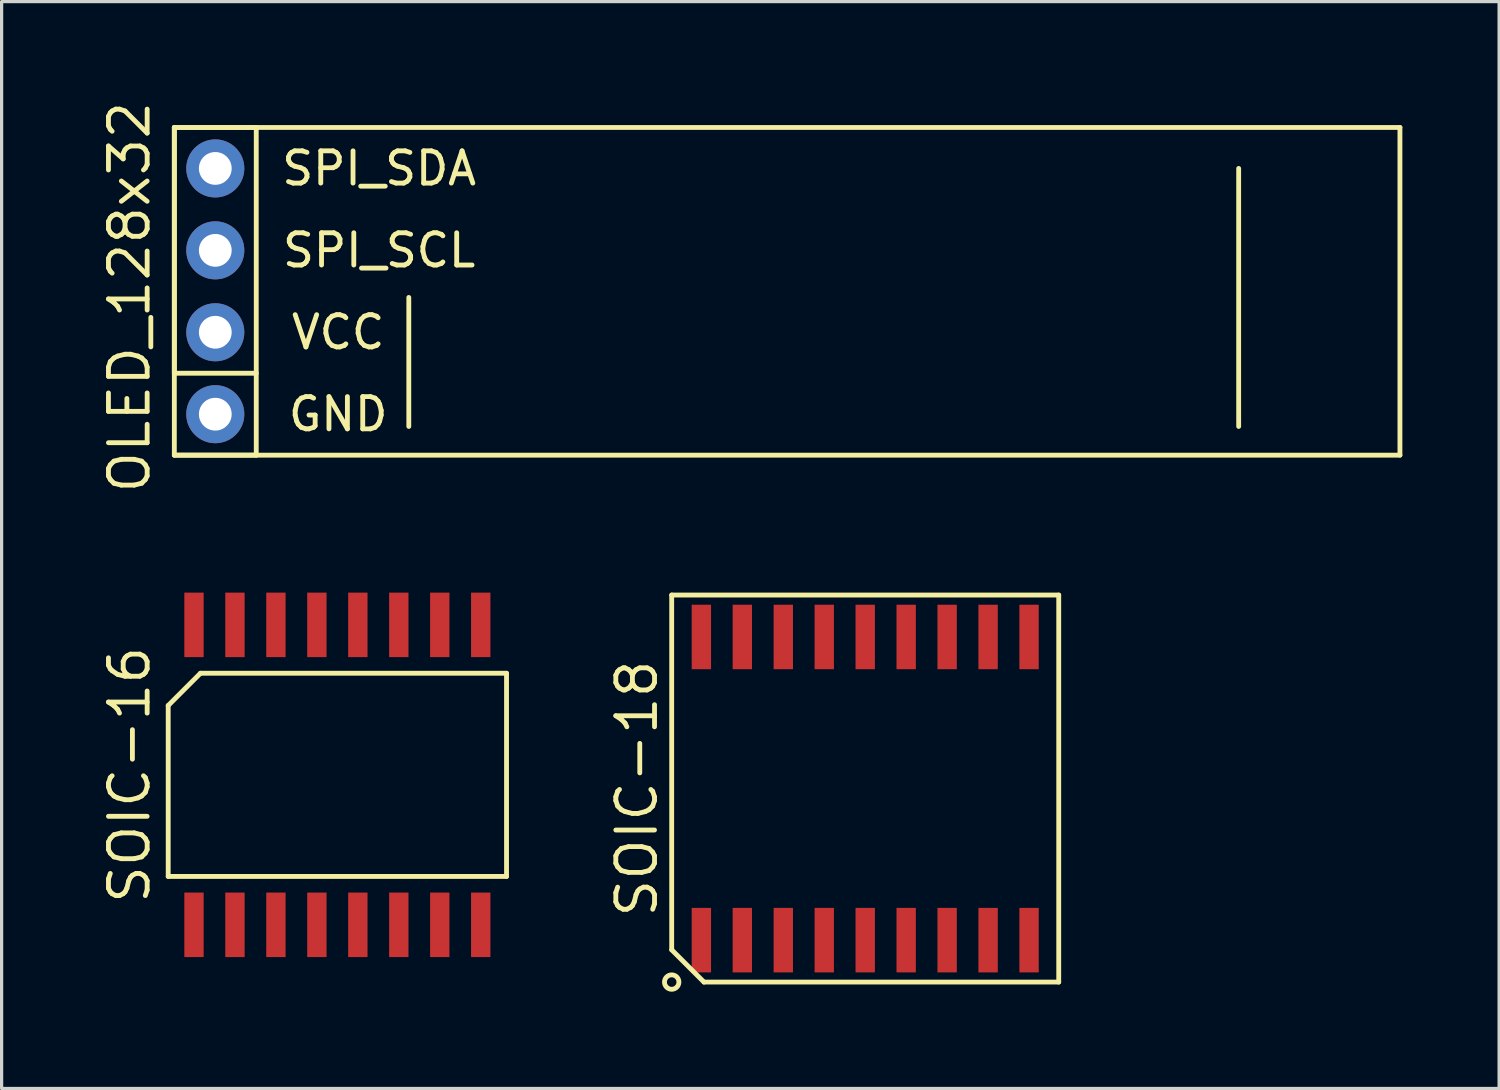
<source format=kicad_pcb>
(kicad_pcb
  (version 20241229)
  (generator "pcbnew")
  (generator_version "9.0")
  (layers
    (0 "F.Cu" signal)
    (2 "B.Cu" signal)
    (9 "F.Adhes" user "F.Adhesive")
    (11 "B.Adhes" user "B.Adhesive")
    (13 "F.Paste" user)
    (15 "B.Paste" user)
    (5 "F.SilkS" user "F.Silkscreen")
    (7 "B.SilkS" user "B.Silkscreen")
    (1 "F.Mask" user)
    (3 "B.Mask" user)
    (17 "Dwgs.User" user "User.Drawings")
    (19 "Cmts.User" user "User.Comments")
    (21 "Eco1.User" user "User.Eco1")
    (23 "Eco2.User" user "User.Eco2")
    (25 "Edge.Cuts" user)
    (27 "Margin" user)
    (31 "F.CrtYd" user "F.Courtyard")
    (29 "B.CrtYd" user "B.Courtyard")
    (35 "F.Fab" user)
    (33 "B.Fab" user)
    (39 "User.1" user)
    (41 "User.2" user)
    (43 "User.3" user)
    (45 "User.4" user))
  (footprint "SOIC-16"
    (layer "F.Cu")
    (at 7.41 20.974)
    (property "Reference" "SOIC-16" (at -6.445 0 90) (layer "F.SilkS") (effects (font (size 1.2 1.2) (thickness 0.15))))
    (attr through_hole)
    (fp_line (start -5.245 -2.15) (end -5.245 3.15) (stroke (width 0.15) (type solid)) (layer "F.SilkS"))
    (fp_line (start -5.245 3.15) (end 5.245 3.15) (stroke (width 0.15) (type solid)) (layer "F.SilkS"))
    (fp_line (start -4.245 -3.15) (end -5.245 -2.15) (stroke (width 0.15) (type solid)) (layer "F.SilkS"))
    (fp_line (start 5.245 -3.15) (end -4.245 -3.15) (stroke (width 0.15) (type solid)) (layer "F.SilkS"))
    (fp_line (start 5.245 3.15) (end 5.245 -3.15) (stroke (width 0.15) (type solid)) (layer "F.SilkS"))
    (pad "1" smd rect (at -4.445 4.65) (size 0.6 2) (layers "F.Cu" "F.Mask" "F.Paste"))
    (pad "2" smd rect (at -3.175 4.65) (size 0.6 2) (layers "F.Cu" "F.Mask" "F.Paste"))
    (pad "3" smd rect (at -1.905 4.65) (size 0.6 2) (layers "F.Cu" "F.Mask" "F.Paste"))
    (pad "4" smd rect (at -0.635 4.65) (size 0.6 2) (layers "F.Cu" "F.Mask" "F.Paste"))
    (pad "5" smd rect (at 0.635 4.65) (size 0.6 2) (layers "F.Cu" "F.Mask" "F.Paste"))
    (pad "6" smd rect (at 1.905 4.65) (size 0.6 2) (layers "F.Cu" "F.Mask" "F.Paste"))
    (pad "7" smd rect (at 3.175 4.65) (size 0.6 2) (layers "F.Cu" "F.Mask" "F.Paste"))
    (pad "8" smd rect (at 4.445 4.65) (size 0.6 2) (layers "F.Cu" "F.Mask" "F.Paste"))
    (pad "9" smd rect (at 4.445 -4.65) (size 0.6 2) (layers "F.Cu" "F.Mask" "F.Paste"))
    (pad "10" smd rect (at 3.175 -4.65) (size 0.6 2) (layers "F.Cu" "F.Mask" "F.Paste"))
    (pad "11" smd rect (at 1.905 -4.65) (size 0.6 2) (layers "F.Cu" "F.Mask" "F.Paste"))
    (pad "12" smd rect (at 0.635 -4.65) (size 0.6 2) (layers "F.Cu" "F.Mask" "F.Paste"))
    (pad "13" smd rect (at -0.635 -4.65) (size 0.6 2) (layers "F.Cu" "F.Mask" "F.Paste"))
    (pad "14" smd rect (at -1.905 -4.65) (size 0.6 2) (layers "F.Cu" "F.Mask" "F.Paste"))
    (pad "15" smd rect (at -3.175 -4.65) (size 0.6 2) (layers "F.Cu" "F.Mask" "F.Paste"))
    (pad "16" smd rect (at -4.445 -4.65) (size 0.6 2) (layers "F.Cu" "F.Mask" "F.Paste")))
  (footprint "SOIC-18"
    (layer "F.Cu")
    (at 23.776 21.399)
    (property "Reference" "SOIC-18" (at -7.08 0 90) (layer "F.SilkS") (effects (font (size 1.2 1.2) (thickness 0.15))))
    (attr through_hole)
    (fp_line (start -6 -6) (end 6 -6) (stroke (width 0.15) (type solid)) (layer "F.SilkS"))
    (fp_line (start -6 5) (end -6 -6) (stroke (width 0.15) (type solid)) (layer "F.SilkS"))
    (fp_line (start -5 6) (end -6 5) (stroke (width 0.15) (type solid)) (layer "F.SilkS"))
    (fp_line (start 6 -6) (end 6 6) (stroke (width 0.15) (type solid)) (layer "F.SilkS"))
    (fp_line (start 6 6) (end -5 6) (stroke (width 0.15) (type solid)) (layer "F.SilkS"))
    (fp_circle (center -6 6) (end -5.8 5.9) (stroke (width 0.15) (type solid)) (fill no) (layer "F.SilkS"))
    (pad "1" smd rect (at -5.08 4.7) (size 0.6 2) (layers "F.Cu" "F.Mask" "F.Paste"))
    (pad "2" smd rect (at -3.81 4.7) (size 0.6 2) (layers "F.Cu" "F.Mask" "F.Paste"))
    (pad "3" smd rect (at -2.54 4.7) (size 0.6 2) (layers "F.Cu" "F.Mask" "F.Paste"))
    (pad "4" smd rect (at -1.27 4.7) (size 0.6 2) (layers "F.Cu" "F.Mask" "F.Paste"))
    (pad "5" smd rect (at 0 4.7) (size 0.6 2) (layers "F.Cu" "F.Mask" "F.Paste"))
    (pad "6" smd rect (at 1.27 4.7) (size 0.6 2) (layers "F.Cu" "F.Mask" "F.Paste"))
    (pad "7" smd rect (at 2.54 4.7) (size 0.6 2) (layers "F.Cu" "F.Mask" "F.Paste"))
    (pad "8" smd rect (at 3.81 4.7) (size 0.6 2) (layers "F.Cu" "F.Mask" "F.Paste"))
    (pad "9" smd rect (at 5.08 4.7) (size 0.6 2) (layers "F.Cu" "F.Mask" "F.Paste"))
    (pad "10" smd rect (at 5.08 -4.7) (size 0.6 2) (layers "F.Cu" "F.Mask" "F.Paste"))
    (pad "11" smd rect (at 3.81 -4.7) (size 0.6 2) (layers "F.Cu" "F.Mask" "F.Paste"))
    (pad "12" smd rect (at 2.54 -4.7) (size 0.6 2) (layers "F.Cu" "F.Mask" "F.Paste"))
    (pad "13" smd rect (at 1.27 -4.7) (size 0.6 2) (layers "F.Cu" "F.Mask" "F.Paste"))
    (pad "14" smd rect (at 0 -4.7) (size 0.6 2) (layers "F.Cu" "F.Mask" "F.Paste"))
    (pad "15" smd rect (at -1.27 -4.7) (size 0.6 2) (layers "F.Cu" "F.Mask" "F.Paste"))
    (pad "16" smd rect (at -2.54 -4.7) (size 0.6 2) (layers "F.Cu" "F.Mask" "F.Paste"))
    (pad "17" smd rect (at -3.81 -4.7) (size 0.6 2) (layers "F.Cu" "F.Mask" "F.Paste"))
    (pad "18" smd rect (at -5.08 -4.7) (size 0.6 2) (layers "F.Cu" "F.Mask" "F.Paste")))
  (footprint "OLED_128x32"
    (layer "F.Cu")
    (at 3.625 2.172)
    (property "Reference" "OLED_128x32" (at -2.66 3.99 270) (layer "F.SilkS") (effects (font (size 1.2 1.2) (thickness 0.15))))
    (attr through_hole)
    (fp_line (start -1.27 -1.27) (end -1.27 6.35) (stroke (width 0.15) (type solid)) (layer "F.SilkS"))
    (fp_line (start -1.27 -1.27) (end -1.27 8.89) (stroke (width 0.15) (type solid)) (layer "F.SilkS"))
    (fp_line (start -1.27 -1.27) (end 36.73 -1.27) (stroke (width 0.15) (type solid)) (layer "F.SilkS"))
    (fp_line (start -1.27 6.35) (end 1.27 6.35) (stroke (width 0.15) (type solid)) (layer "F.SilkS"))
    (fp_line (start -1.27 8.89) (end 1.27 8.89) (stroke (width 0.15) (type solid)) (layer "F.SilkS"))
    (fp_line (start -1.27 8.89) (end 36.73 8.89) (stroke (width 0.15) (type solid)) (layer "F.SilkS"))
    (fp_line (start 1.27 -1.27) (end -1.27 -1.27) (stroke (width 0.15) (type solid)) (layer "F.SilkS"))
    (fp_line (start 1.27 8.89) (end 1.27 -1.27) (stroke (width 0.15) (type solid)) (layer "F.SilkS"))
    (fp_line (start 6 8) (end 6 4) (stroke (width 0.15) (type solid)) (layer "F.SilkS"))
    (fp_line (start 31.73 0) (end 31.73 8) (stroke (width 0.15) (type solid)) (layer "F.SilkS"))
    (fp_line (start 36.73 8.89) (end 36.73 -1.27) (stroke (width 0.15) (type solid)) (layer "F.SilkS"))
    (fp_text user "SPI_SDA" (at 5.08 0 0) (layer "F.SilkS") (effects (font (size 1 1) (thickness 0.15))))
    (fp_text user "VCC" (at 3.81 5.08 0) (layer "F.SilkS") (effects (font (size 1 1) (thickness 0.15))))
    (fp_text user "SPI_SCL" (at 5.08 2.54 0) (layer "F.SilkS") (effects (font (size 1 1) (thickness 0.15))))
    (fp_text user "GND" (at 3.81 7.62 0) (layer "F.SilkS") (effects (font (size 1 1) (thickness 0.15))))
    (pad "1" thru_hole circle (at 0 7.62 270) (size 1.8 1.8) (drill 1.016) (layers "*.Cu" "*.Mask"))
    (pad "2" thru_hole circle (at 0 5.08 270) (size 1.8 1.8) (drill 1.016) (layers "*.Cu" "*.Mask"))
    (pad "3" thru_hole circle (at 0 2.54 270) (size 1.8 1.8) (drill 1.016) (layers "*.Cu" "*.Mask"))
    (pad "4" thru_hole circle (at 0 0 270) (size 1.8 1.8) (drill 1.016) (layers "*.Cu" "*.Mask")))
  (gr_rect
    (start -3 -3)
    (end 43.43 30.698)
    (stroke (width 0.1) (type default))
    (fill no)
    (layer "Edge.Cuts")))
</source>
